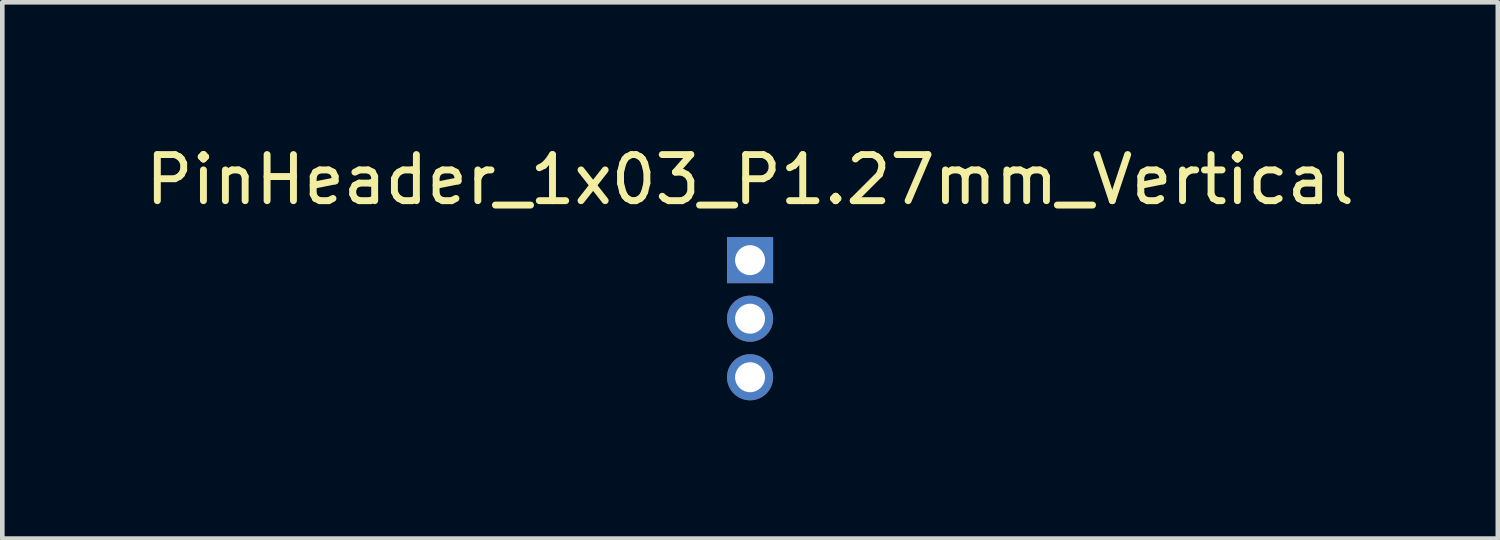
<source format=kicad_pcb>
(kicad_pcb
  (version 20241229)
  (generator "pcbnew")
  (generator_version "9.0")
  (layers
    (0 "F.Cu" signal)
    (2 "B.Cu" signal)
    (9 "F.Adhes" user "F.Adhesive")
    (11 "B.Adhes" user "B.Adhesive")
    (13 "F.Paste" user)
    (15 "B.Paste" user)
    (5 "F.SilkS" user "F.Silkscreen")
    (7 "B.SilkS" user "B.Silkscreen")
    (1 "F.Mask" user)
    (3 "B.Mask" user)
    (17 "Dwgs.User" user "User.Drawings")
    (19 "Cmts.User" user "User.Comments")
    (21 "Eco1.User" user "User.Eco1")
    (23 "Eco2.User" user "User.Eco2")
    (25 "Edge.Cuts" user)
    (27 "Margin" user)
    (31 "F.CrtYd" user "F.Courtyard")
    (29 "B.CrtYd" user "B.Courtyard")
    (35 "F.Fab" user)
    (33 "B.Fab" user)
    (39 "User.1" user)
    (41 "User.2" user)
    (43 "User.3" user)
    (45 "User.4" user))
  (footprint "PinHeader_1x03_P1.27mm_Vertical"
    (layer "F.Cu")
    (at 13.22 2.593)
    (property "Reference" "PinHeader_1x03_P1.27mm_Vertical" (at 0 -1.745 0) (layer "F.SilkS") (effects (font (size 1 1) (thickness 0.15))))
    (attr through_hole)
    (pad "1" thru_hole rect (at 0 0) (size 1 1) (drill 0.65) (layers "*.Cu" "*.Mask"))
    (pad "2" thru_hole circle (at 0 1.27) (size 1 1) (drill 0.65) (layers "*.Cu" "*.Mask"))
    (pad "3" thru_hole circle (at 0 2.54) (size 1 1) (drill 0.65) (layers "*.Cu" "*.Mask")))
  (gr_rect
    (start -3 -3)
    (end 29.44 8.633)
    (stroke (width 0.1) (type default))
    (fill no)
    (layer "Edge.Cuts")))
</source>
